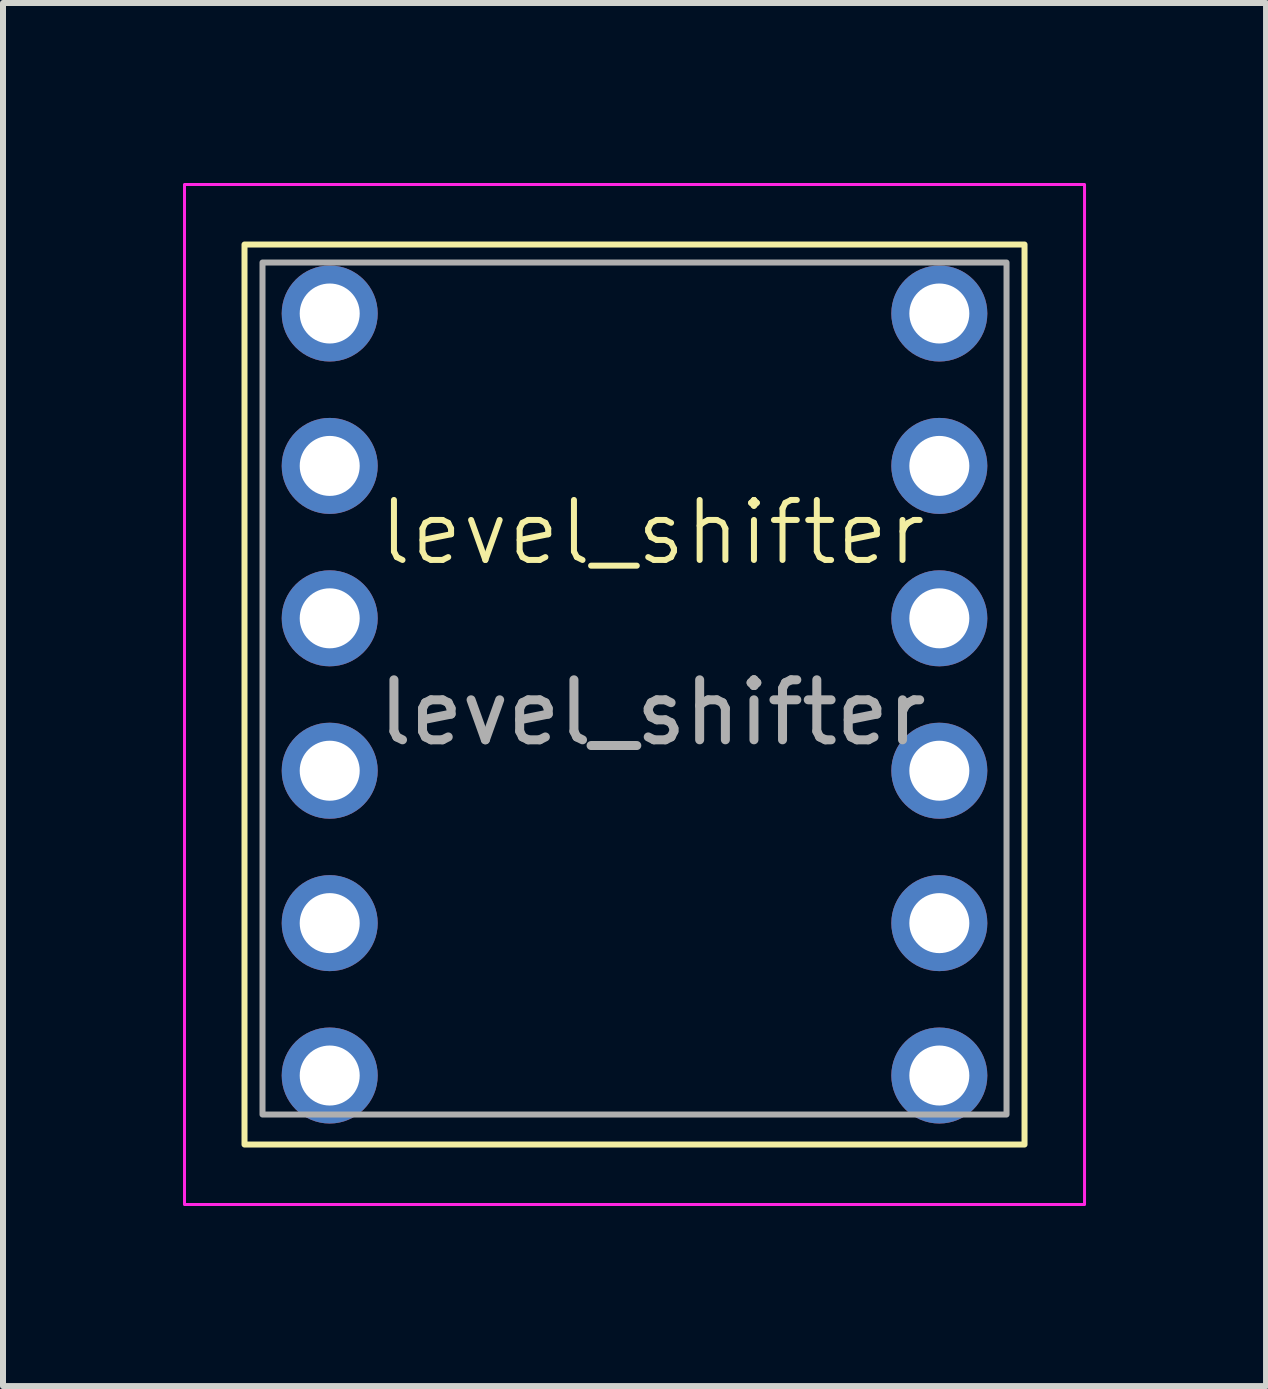
<source format=kicad_pcb>
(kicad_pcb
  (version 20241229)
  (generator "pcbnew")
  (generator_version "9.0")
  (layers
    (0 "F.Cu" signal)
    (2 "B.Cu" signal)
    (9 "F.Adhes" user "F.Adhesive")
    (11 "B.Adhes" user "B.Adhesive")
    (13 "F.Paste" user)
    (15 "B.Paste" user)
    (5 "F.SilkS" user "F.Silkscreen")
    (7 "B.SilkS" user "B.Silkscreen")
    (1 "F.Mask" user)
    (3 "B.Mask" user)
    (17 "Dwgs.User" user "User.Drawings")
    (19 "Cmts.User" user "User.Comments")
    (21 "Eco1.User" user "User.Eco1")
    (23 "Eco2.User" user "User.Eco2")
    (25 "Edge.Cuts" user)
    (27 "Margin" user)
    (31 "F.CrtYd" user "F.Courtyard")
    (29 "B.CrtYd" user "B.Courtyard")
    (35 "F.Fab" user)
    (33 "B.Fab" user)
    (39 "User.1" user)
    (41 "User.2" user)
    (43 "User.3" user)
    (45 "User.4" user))
  (footprint "level_shifter"
    (layer "F.Cu")
    (at 1.025 16.025)
    (property "Reference" "level_shifter" (at 6.8 -10.2 0) (unlocked yes) (layer "F.SilkS") (effects (font (size 1 1) (thickness 0.1))))
    (attr through_hole)
    (fp_rect (start 0 -15) (end 13 0) (stroke (width 0.1) (type solid)) (fill no) (layer "F.SilkS"))
    (fp_rect (start -1 -16) (end 14 1) (stroke (width 0.05) (type default)) (fill no) (layer "F.CrtYd"))
    (fp_rect (start 0.3 -14.7) (end 12.7 -0.5) (stroke (width 0.1) (type default)) (fill no) (layer "F.Fab"))
    (fp_text user "${REFERENCE}" (at 6.8 -7.2 0) (unlocked yes) (layer "F.Fab") (effects (font (size 1 1) (thickness 0.15))))
    (pad "1" thru_hole circle (at 1.42 -13.85) (size 1.6 1.6) (drill 1) (layers "*.Cu" "*.Mask"))
    (pad "2" thru_hole circle (at 1.42 -11.31) (size 1.6 1.6) (drill 1) (layers "*.Cu" "*.Mask"))
    (pad "3" thru_hole circle (at 1.42 -8.77) (size 1.6 1.6) (drill 1) (layers "*.Cu" "*.Mask"))
    (pad "4" thru_hole circle (at 1.42 -6.23) (size 1.6 1.6) (drill 1) (layers "*.Cu" "*.Mask"))
    (pad "5" thru_hole circle (at 1.42 -3.69) (size 1.6 1.6) (drill 1) (layers "*.Cu" "*.Mask"))
    (pad "6" thru_hole circle (at 1.42 -1.15) (size 1.6 1.6) (drill 1) (layers "*.Cu" "*.Mask"))
    (pad "7" thru_hole circle (at 11.58 -13.85) (size 1.6 1.6) (drill 1) (layers "*.Cu" "*.Mask"))
    (pad "8" thru_hole circle (at 11.58 -11.31) (size 1.6 1.6) (drill 1) (layers "*.Cu" "*.Mask"))
    (pad "9" thru_hole circle (at 11.58 -8.77) (size 1.6 1.6) (drill 1) (layers "*.Cu" "*.Mask"))
    (pad "10" thru_hole circle (at 11.58 -6.23) (size 1.6 1.6) (drill 1) (layers "*.Cu" "*.Mask"))
    (pad "11" thru_hole circle (at 11.58 -3.69) (size 1.6 1.6) (drill 1) (layers "*.Cu" "*.Mask"))
    (pad "12" thru_hole circle (at 11.58 -1.15) (size 1.6 1.6) (drill 1) (layers "*.Cu" "*.Mask")))
  (gr_rect
    (start -3 -3)
    (end 18.05 20.05)
    (stroke (width 0.1) (type default))
    (fill no)
    (layer "Edge.Cuts")))
</source>
